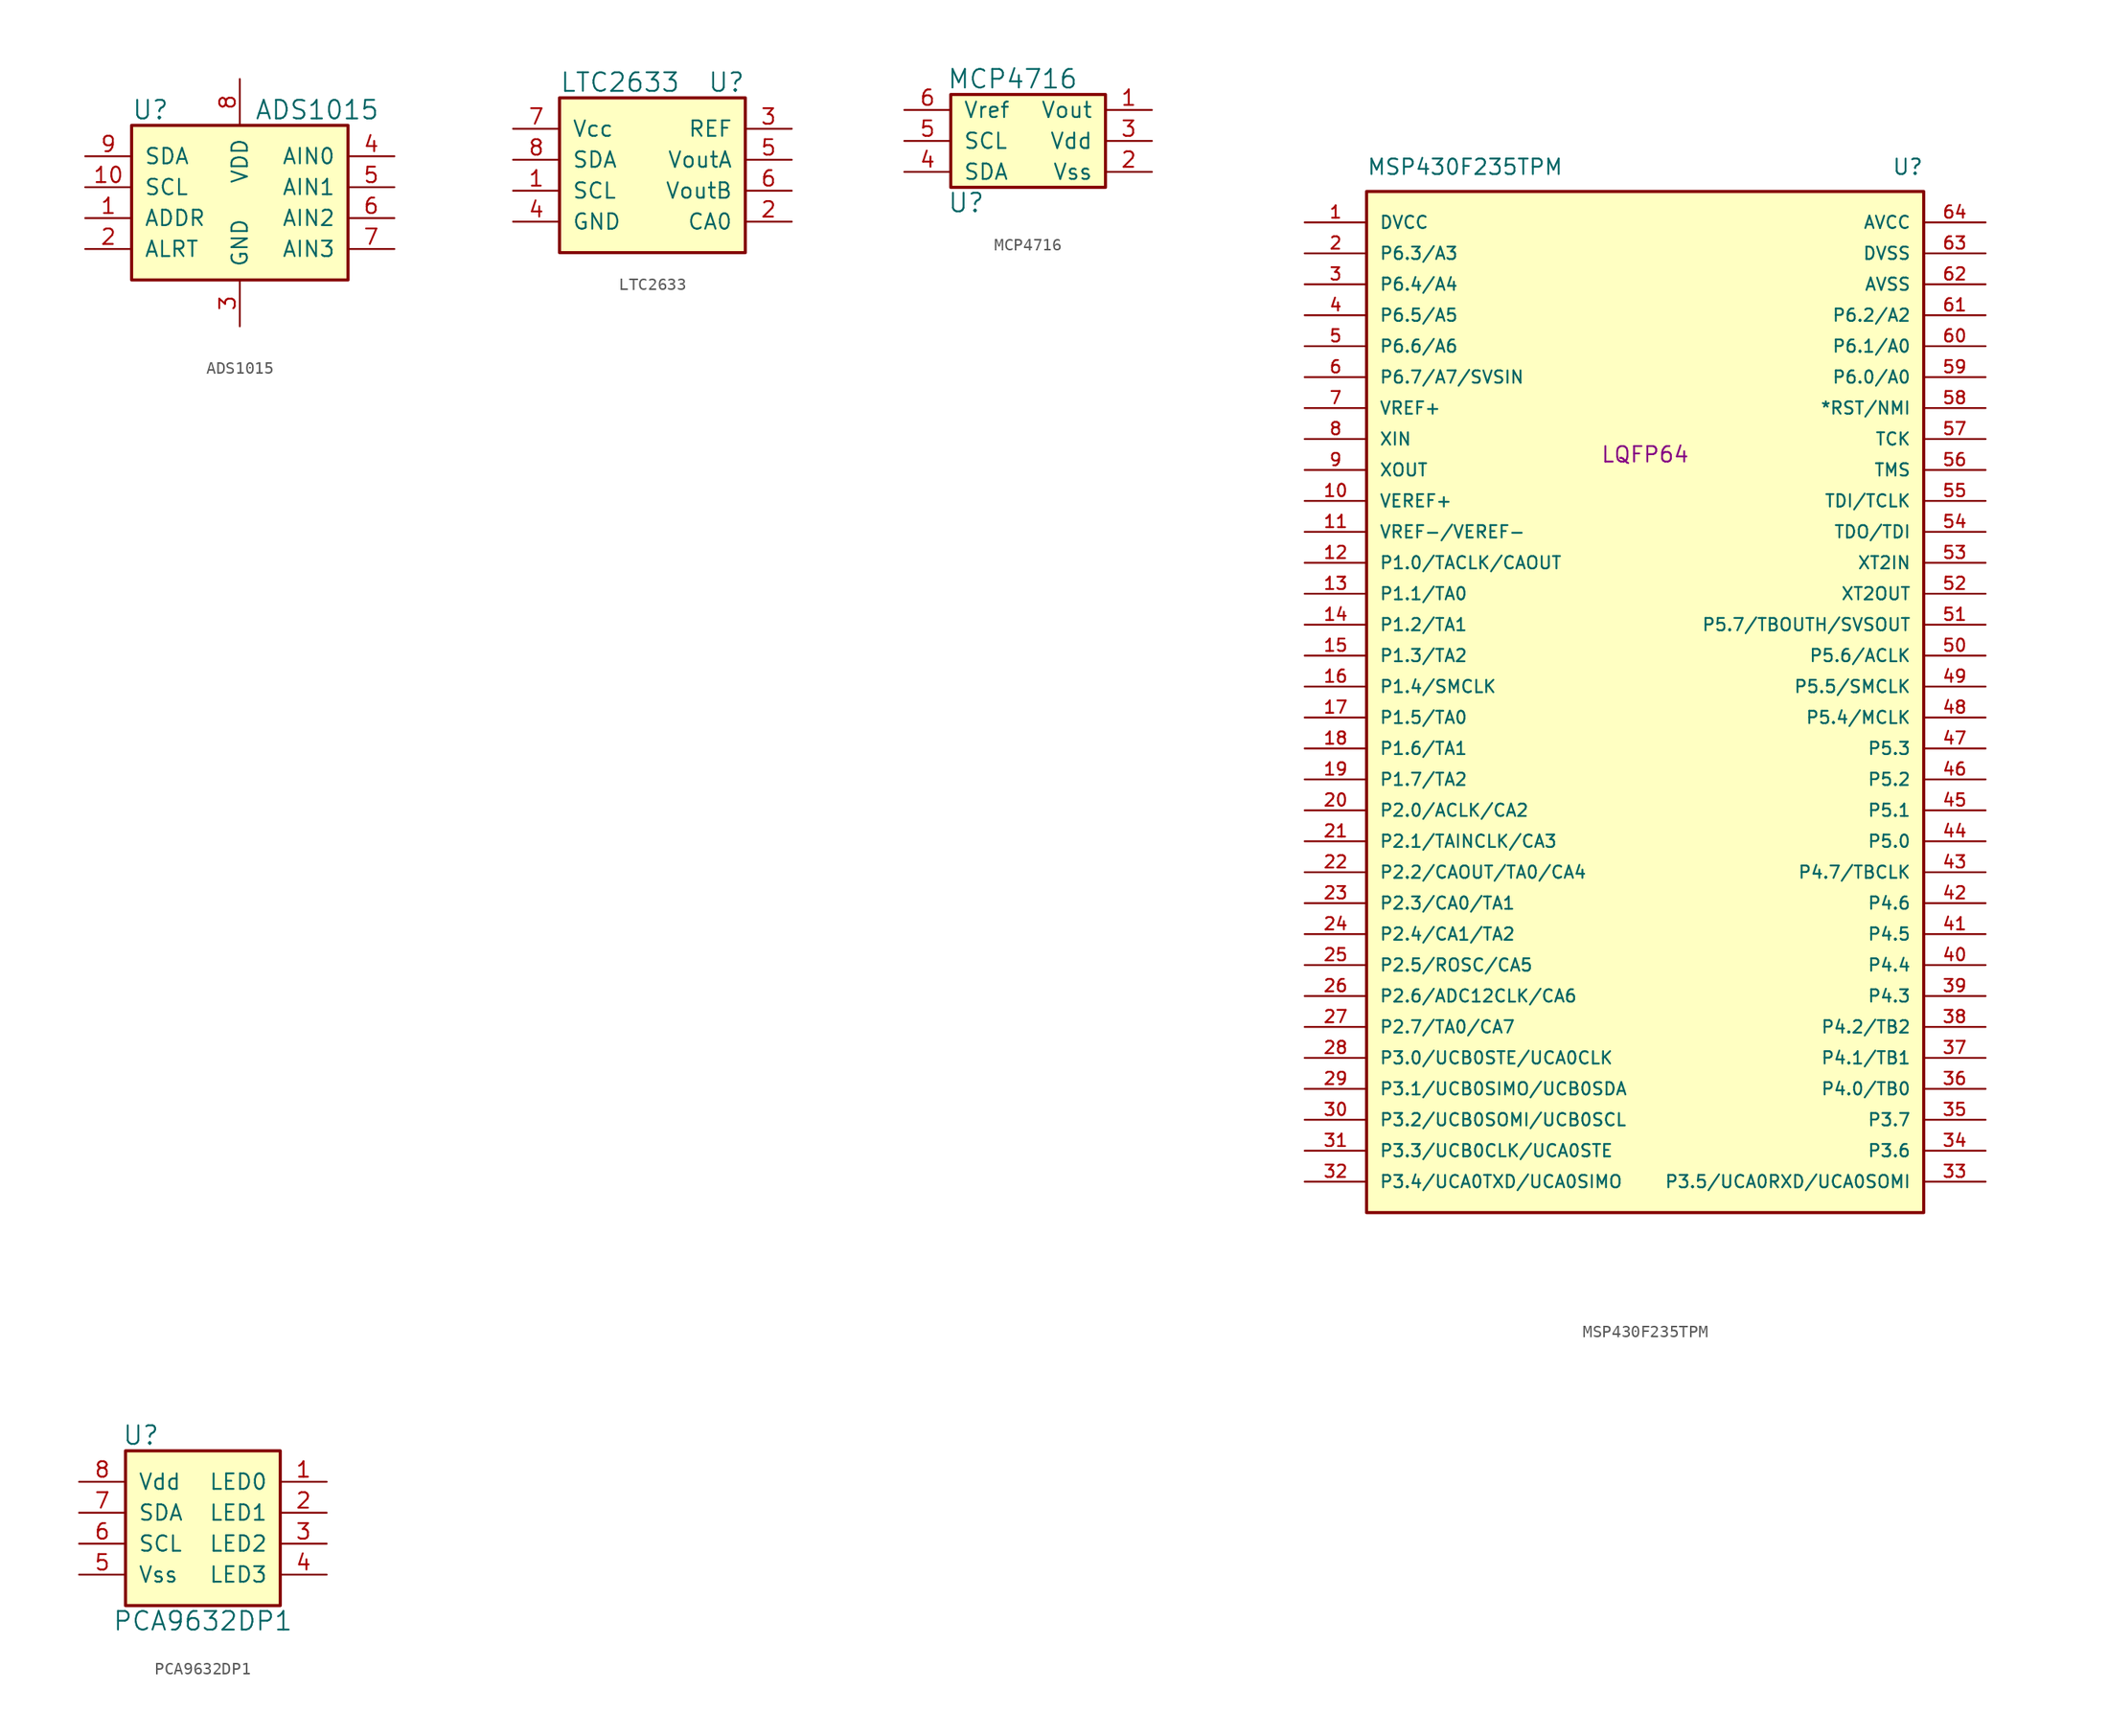
<source format=kicad_sym>
(kicad_symbol_lib
  (version 20211014)
  (generator kicad_symbol_editor)
  (symbol "ADS1015"
    (pin_names
      (offset 1.016))
    (property "Reference" "U"
      (at -8.89 7.62 0)
      (effects (font (size 1.524 1.524)) (justify left)))
    (property "Value" "ADS1015"
      (at 6.35 7.62 0)
      (effects (font (size 1.524 1.524))))
    (property "Footprint" ""
      (at 0 0 0)
      (effects (font (size 1.524 1.524))))
    (property "Datasheet" ""
      (at 0 0 0)
      (effects (font (size 1.524 1.524))))
    (symbol "ADS1015_0_1"
      (rectangle (start -8.89 6.35) (end 8.89 -6.35) (stroke (width 0.254) (type default) (color 0 0 0 0)) (fill (type background))))
    (symbol "ADS1015_1_1"
      (pin input line (at -12.7 -1.27 0) (length 3.81) (name "ADDR" (effects (font (size 1.27 1.27)))) (number "1" (effects (font (size 1.27 1.27)))))
      (pin open_collector line (at -12.7 1.27 0) (length 3.81) (name "SCL" (effects (font (size 1.27 1.27)))) (number "10" (effects (font (size 1.27 1.27)))))
      (pin output line (at -12.7 -3.81 0) (length 3.81) (name "ALRT" (effects (font (size 1.27 1.27)))) (number "2" (effects (font (size 1.27 1.27)))))
      (pin power_in line (at 0 -10.16 90) (length 3.81) (name "GND" (effects (font (size 1.27 1.27)))) (number "3" (effects (font (size 1.27 1.27)))))
      (pin input line (at 12.7 3.81 180) (length 3.81) (name "AIN0" (effects (font (size 1.27 1.27)))) (number "4" (effects (font (size 1.27 1.27)))))
      (pin input line (at 12.7 1.27 180) (length 3.81) (name "AIN1" (effects (font (size 1.27 1.27)))) (number "5" (effects (font (size 1.27 1.27)))))
      (pin input line (at 12.7 -1.27 180) (length 3.81) (name "AIN2" (effects (font (size 1.27 1.27)))) (number "6" (effects (font (size 1.27 1.27)))))
      (pin input line (at 12.7 -3.81 180) (length 3.81) (name "AIN3" (effects (font (size 1.27 1.27)))) (number "7" (effects (font (size 1.27 1.27)))))
      (pin power_in line (at 0 10.16 270) (length 3.81) (name "VDD" (effects (font (size 1.27 1.27)))) (number "8" (effects (font (size 1.27 1.27)))))
      (pin open_collector line (at -12.7 3.81 0) (length 3.81) (name "SDA" (effects (font (size 1.27 1.27)))) (number "9" (effects (font (size 1.27 1.27)))))))
  (symbol "LTC2633"
    (pin_names
      (offset 1.016))
    (property "Reference" "U"
      (at 7.62 7.62 0)
      (effects (font (size 1.524 1.524)) (justify right)))
    (property "Value" "LTC2633"
      (at -7.62 7.62 0)
      (effects (font (size 1.524 1.524)) (justify left)))
    (property "Footprint" ""
      (at 0 0 0)
      (effects (font (size 1.524 1.524))))
    (property "Datasheet" ""
      (at 0 0 0)
      (effects (font (size 1.524 1.524))))
    (symbol "LTC2633_0_1"
      (rectangle (start -7.62 6.35) (end 7.62 -6.35) (stroke (width 0.254) (type default) (color 0 0 0 0)) (fill (type background))))
    (symbol "LTC2633_1_1"
      (pin input line (at -11.43 -1.27 0) (length 3.81) (name "SCL" (effects (font (size 1.27 1.27)))) (number "1" (effects (font (size 1.27 1.27)))))
      (pin input line (at 11.43 -3.81 180) (length 3.81) (name "CA0" (effects (font (size 1.27 1.27)))) (number "2" (effects (font (size 1.27 1.27)))))
      (pin input line (at 11.43 3.81 180) (length 3.81) (name "REF" (effects (font (size 1.27 1.27)))) (number "3" (effects (font (size 1.27 1.27)))))
      (pin power_in line (at -11.43 -3.81 0) (length 3.81) (name "GND" (effects (font (size 1.27 1.27)))) (number "4" (effects (font (size 1.27 1.27)))))
      (pin output line (at 11.43 1.27 180) (length 3.81) (name "VoutA" (effects (font (size 1.27 1.27)))) (number "5" (effects (font (size 1.27 1.27)))))
      (pin output line (at 11.43 -1.27 180) (length 3.81) (name "VoutB" (effects (font (size 1.27 1.27)))) (number "6" (effects (font (size 1.27 1.27)))))
      (pin power_in line (at -11.43 3.81 0) (length 3.81) (name "Vcc" (effects (font (size 1.27 1.27)))) (number "7" (effects (font (size 1.27 1.27)))))
      (pin input line (at -11.43 1.27 0) (length 3.81) (name "SDA" (effects (font (size 1.27 1.27)))) (number "8" (effects (font (size 1.27 1.27)))))))
  (symbol "MCP4716"
    (pin_names
      (offset 1.016))
    (property "Reference" "U"
      (at -5.08 -5.08 0)
      (effects (font (size 1.524 1.524))))
    (property "Value" "MCP4716"
      (at -1.27 5.08 0)
      (effects (font (size 1.524 1.524))))
    (property "Footprint" ""
      (at 0 0 0)
      (effects (font (size 1.524 1.524))))
    (property "Datasheet" ""
      (at 0 0 0)
      (effects (font (size 1.524 1.524))))
    (symbol "MCP4716_0_1"
      (rectangle (start 6.35 -3.81) (end -6.35 3.81) (stroke (width 0.254) (type default) (color 0 0 0 0)) (fill (type background))))
    (symbol "MCP4716_1_1"
      (pin output line (at 10.16 2.54 180) (length 3.81) (name "Vout" (effects (font (size 1.27 1.27)))) (number "1" (effects (font (size 1.27 1.27)))))
      (pin power_in line (at 10.16 -2.54 180) (length 3.81) (name "Vss" (effects (font (size 1.27 1.27)))) (number "2" (effects (font (size 1.27 1.27)))))
      (pin power_in line (at 10.16 0 180) (length 3.81) (name "Vdd" (effects (font (size 1.27 1.27)))) (number "3" (effects (font (size 1.27 1.27)))))
      (pin input line (at -10.16 -2.54 0) (length 3.81) (name "SDA" (effects (font (size 1.27 1.27)))) (number "4" (effects (font (size 1.27 1.27)))))
      (pin input line (at -10.16 0 0) (length 3.81) (name "SCL" (effects (font (size 1.27 1.27)))) (number "5" (effects (font (size 1.27 1.27)))))
      (pin power_in line (at -10.16 2.54 0) (length 3.81) (name "Vref" (effects (font (size 1.27 1.27)))) (number "6" (effects (font (size 1.27 1.27)))))))
  (symbol "MSP430F235TPM"
    (pin_names
      (offset 1.016))
    (property "Reference" "U"
      (at 22.86 43.18 0)
      (effects (font (size 1.27 1.27)) (justify right bottom)))
    (property "Value" "MSP430F235TPM"
      (at -22.86 43.18 0)
      (effects (font (size 1.27 1.27)) (justify left bottom)))
    (property "Footprint" "LQFP64"
      (at 0 20.32 0)
      (effects (font (size 1.27 1.27))))
    (property "Datasheet" ""
      (at -27.94 39.37 0)
      (effects (font (size 1.524 1.524))))
    (symbol "MSP430F235TPM_0_1"
      (rectangle (start -22.86 -41.91) (end 22.86 41.91) (stroke (width 0.254) (type default) (color 0 0 0 0)) (fill (type background))))
    (symbol "MSP430F235TPM_1_1"
      (pin power_in line (at -27.94 39.37 0) (length 5.08) (name "DVCC" (effects (font (size 1.016 1.016)))) (number "1" (effects (font (size 1.016 1.016)))))
      (pin power_in line (at -27.94 16.51 0) (length 5.08) (name "VEREF+" (effects (font (size 1.016 1.016)))) (number "10" (effects (font (size 1.016 1.016)))))
      (pin power_in line (at -27.94 13.97 0) (length 5.08) (name "VREF-/VEREF-" (effects (font (size 1.016 1.016)))) (number "11" (effects (font (size 1.016 1.016)))))
      (pin bidirectional line (at -27.94 11.43 0) (length 5.08) (name "P1.0/TACLK/CAOUT" (effects (font (size 1.016 1.016)))) (number "12" (effects (font (size 1.016 1.016)))))
      (pin bidirectional line (at -27.94 8.89 0) (length 5.08) (name "P1.1/TA0" (effects (font (size 1.016 1.016)))) (number "13" (effects (font (size 1.016 1.016)))))
      (pin bidirectional line (at -27.94 6.35 0) (length 5.08) (name "P1.2/TA1" (effects (font (size 1.016 1.016)))) (number "14" (effects (font (size 1.016 1.016)))))
      (pin bidirectional line (at -27.94 3.81 0) (length 5.08) (name "P1.3/TA2" (effects (font (size 1.016 1.016)))) (number "15" (effects (font (size 1.016 1.016)))))
      (pin bidirectional line (at -27.94 1.27 0) (length 5.08) (name "P1.4/SMCLK" (effects (font (size 1.016 1.016)))) (number "16" (effects (font (size 1.016 1.016)))))
      (pin bidirectional line (at -27.94 -1.27 0) (length 5.08) (name "P1.5/TA0" (effects (font (size 1.016 1.016)))) (number "17" (effects (font (size 1.016 1.016)))))
      (pin bidirectional line (at -27.94 -3.81 0) (length 5.08) (name "P1.6/TA1" (effects (font (size 1.016 1.016)))) (number "18" (effects (font (size 1.016 1.016)))))
      (pin bidirectional line (at -27.94 -6.35 0) (length 5.08) (name "P1.7/TA2" (effects (font (size 1.016 1.016)))) (number "19" (effects (font (size 1.016 1.016)))))
      (pin bidirectional line (at -27.94 36.83 0) (length 5.08) (name "P6.3/A3" (effects (font (size 1.016 1.016)))) (number "2" (effects (font (size 1.016 1.016)))))
      (pin bidirectional line (at -27.94 -8.89 0) (length 5.08) (name "P2.0/ACLK/CA2" (effects (font (size 1.016 1.016)))) (number "20" (effects (font (size 1.016 1.016)))))
      (pin bidirectional line (at -27.94 -11.43 0) (length 5.08) (name "P2.1/TAINCLK/CA3" (effects (font (size 1.016 1.016)))) (number "21" (effects (font (size 1.016 1.016)))))
      (pin bidirectional line (at -27.94 -13.97 0) (length 5.08) (name "P2.2/CAOUT/TA0/CA4" (effects (font (size 1.016 1.016)))) (number "22" (effects (font (size 1.016 1.016)))))
      (pin bidirectional line (at -27.94 -16.51 0) (length 5.08) (name "P2.3/CA0/TA1" (effects (font (size 1.016 1.016)))) (number "23" (effects (font (size 1.016 1.016)))))
      (pin bidirectional line (at -27.94 -19.05 0) (length 5.08) (name "P2.4/CA1/TA2" (effects (font (size 1.016 1.016)))) (number "24" (effects (font (size 1.016 1.016)))))
      (pin bidirectional line (at -27.94 -21.59 0) (length 5.08) (name "P2.5/ROSC/CA5" (effects (font (size 1.016 1.016)))) (number "25" (effects (font (size 1.016 1.016)))))
      (pin bidirectional line (at -27.94 -24.13 0) (length 5.08) (name "P2.6/ADC12CLK/CA6" (effects (font (size 1.016 1.016)))) (number "26" (effects (font (size 1.016 1.016)))))
      (pin bidirectional line (at -27.94 -26.67 0) (length 5.08) (name "P2.7/TA0/CA7" (effects (font (size 1.016 1.016)))) (number "27" (effects (font (size 1.016 1.016)))))
      (pin bidirectional line (at -27.94 -29.21 0) (length 5.08) (name "P3.0/UCB0STE/UCA0CLK" (effects (font (size 1.016 1.016)))) (number "28" (effects (font (size 1.016 1.016)))))
      (pin bidirectional line (at -27.94 -31.75 0) (length 5.08) (name "P3.1/UCB0SIMO/UCB0SDA" (effects (font (size 1.016 1.016)))) (number "29" (effects (font (size 1.016 1.016)))))
      (pin bidirectional line (at -27.94 34.29 0) (length 5.08) (name "P6.4/A4" (effects (font (size 1.016 1.016)))) (number "3" (effects (font (size 1.016 1.016)))))
      (pin bidirectional line (at -27.94 -34.29 0) (length 5.08) (name "P3.2/UCB0SOMI/UCB0SCL" (effects (font (size 1.016 1.016)))) (number "30" (effects (font (size 1.016 1.016)))))
      (pin bidirectional line (at -27.94 -36.83 0) (length 5.08) (name "P3.3/UCB0CLK/UCA0STE" (effects (font (size 1.016 1.016)))) (number "31" (effects (font (size 1.016 1.016)))))
      (pin bidirectional line (at -27.94 -39.37 0) (length 5.08) (name "P3.4/UCA0TXD/UCA0SIMO" (effects (font (size 1.016 1.016)))) (number "32" (effects (font (size 1.016 1.016)))))
      (pin bidirectional line (at 27.94 -39.37 180) (length 5.08) (name "P3.5/UCA0RXD/UCA0SOMI" (effects (font (size 1.016 1.016)))) (number "33" (effects (font (size 1.016 1.016)))))
      (pin bidirectional line (at 27.94 -36.83 180) (length 5.08) (name "P3.6" (effects (font (size 1.016 1.016)))) (number "34" (effects (font (size 1.016 1.016)))))
      (pin bidirectional line (at 27.94 -34.29 180) (length 5.08) (name "P3.7" (effects (font (size 1.016 1.016)))) (number "35" (effects (font (size 1.016 1.016)))))
      (pin bidirectional line (at 27.94 -31.75 180) (length 5.08) (name "P4.0/TB0" (effects (font (size 1.016 1.016)))) (number "36" (effects (font (size 1.016 1.016)))))
      (pin bidirectional line (at 27.94 -29.21 180) (length 5.08) (name "P4.1/TB1" (effects (font (size 1.016 1.016)))) (number "37" (effects (font (size 1.016 1.016)))))
      (pin bidirectional line (at 27.94 -26.67 180) (length 5.08) (name "P4.2/TB2" (effects (font (size 1.016 1.016)))) (number "38" (effects (font (size 1.016 1.016)))))
      (pin bidirectional line (at 27.94 -24.13 180) (length 5.08) (name "P4.3" (effects (font (size 1.016 1.016)))) (number "39" (effects (font (size 1.016 1.016)))))
      (pin bidirectional line (at -27.94 31.75 0) (length 5.08) (name "P6.5/A5" (effects (font (size 1.016 1.016)))) (number "4" (effects (font (size 1.016 1.016)))))
      (pin bidirectional line (at 27.94 -21.59 180) (length 5.08) (name "P4.4" (effects (font (size 1.016 1.016)))) (number "40" (effects (font (size 1.016 1.016)))))
      (pin bidirectional line (at 27.94 -19.05 180) (length 5.08) (name "P4.5" (effects (font (size 1.016 1.016)))) (number "41" (effects (font (size 1.016 1.016)))))
      (pin bidirectional line (at 27.94 -16.51 180) (length 5.08) (name "P4.6" (effects (font (size 1.016 1.016)))) (number "42" (effects (font (size 1.016 1.016)))))
      (pin bidirectional line (at 27.94 -13.97 180) (length 5.08) (name "P4.7/TBCLK" (effects (font (size 1.016 1.016)))) (number "43" (effects (font (size 1.016 1.016)))))
      (pin bidirectional line (at 27.94 -11.43 180) (length 5.08) (name "P5.0" (effects (font (size 1.016 1.016)))) (number "44" (effects (font (size 1.016 1.016)))))
      (pin bidirectional line (at 27.94 -8.89 180) (length 5.08) (name "P5.1" (effects (font (size 1.016 1.016)))) (number "45" (effects (font (size 1.016 1.016)))))
      (pin bidirectional line (at 27.94 -6.35 180) (length 5.08) (name "P5.2" (effects (font (size 1.016 1.016)))) (number "46" (effects (font (size 1.016 1.016)))))
      (pin bidirectional line (at 27.94 -3.81 180) (length 5.08) (name "P5.3" (effects (font (size 1.016 1.016)))) (number "47" (effects (font (size 1.016 1.016)))))
      (pin bidirectional line (at 27.94 -1.27 180) (length 5.08) (name "P5.4/MCLK" (effects (font (size 1.016 1.016)))) (number "48" (effects (font (size 1.016 1.016)))))
      (pin bidirectional line (at 27.94 1.27 180) (length 5.08) (name "P5.5/SMCLK" (effects (font (size 1.016 1.016)))) (number "49" (effects (font (size 1.016 1.016)))))
      (pin bidirectional line (at -27.94 29.21 0) (length 5.08) (name "P6.6/A6" (effects (font (size 1.016 1.016)))) (number "5" (effects (font (size 1.016 1.016)))))
      (pin bidirectional line (at 27.94 3.81 180) (length 5.08) (name "P5.6/ACLK" (effects (font (size 1.016 1.016)))) (number "50" (effects (font (size 1.016 1.016)))))
      (pin bidirectional line (at 27.94 6.35 180) (length 5.08) (name "P5.7/TBOUTH/SVSOUT" (effects (font (size 1.016 1.016)))) (number "51" (effects (font (size 1.016 1.016)))))
      (pin output line (at 27.94 8.89 180) (length 5.08) (name "XT2OUT" (effects (font (size 1.016 1.016)))) (number "52" (effects (font (size 1.016 1.016)))))
      (pin input line (at 27.94 11.43 180) (length 5.08) (name "XT2IN" (effects (font (size 1.016 1.016)))) (number "53" (effects (font (size 1.016 1.016)))))
      (pin bidirectional line (at 27.94 13.97 180) (length 5.08) (name "TDO/TDI" (effects (font (size 1.016 1.016)))) (number "54" (effects (font (size 1.016 1.016)))))
      (pin bidirectional line (at 27.94 16.51 180) (length 5.08) (name "TDI/TCLK" (effects (font (size 1.016 1.016)))) (number "55" (effects (font (size 1.016 1.016)))))
      (pin input line (at 27.94 19.05 180) (length 5.08) (name "TMS" (effects (font (size 1.016 1.016)))) (number "56" (effects (font (size 1.016 1.016)))))
      (pin input line (at 27.94 21.59 180) (length 5.08) (name "TCK" (effects (font (size 1.016 1.016)))) (number "57" (effects (font (size 1.016 1.016)))))
      (pin bidirectional line (at 27.94 24.13 180) (length 5.08) (name "*RST/NMI" (effects (font (size 1.016 1.016)))) (number "58" (effects (font (size 1.016 1.016)))))
      (pin bidirectional line (at 27.94 26.67 180) (length 5.08) (name "P6.0/A0" (effects (font (size 1.016 1.016)))) (number "59" (effects (font (size 1.016 1.016)))))
      (pin bidirectional line (at -27.94 26.67 0) (length 5.08) (name "P6.7/A7/SVSIN" (effects (font (size 1.016 1.016)))) (number "6" (effects (font (size 1.016 1.016)))))
      (pin bidirectional line (at 27.94 29.21 180) (length 5.08) (name "P6.1/A0" (effects (font (size 1.016 1.016)))) (number "60" (effects (font (size 1.016 1.016)))))
      (pin bidirectional line (at 27.94 31.75 180) (length 5.08) (name "P6.2/A2" (effects (font (size 1.016 1.016)))) (number "61" (effects (font (size 1.016 1.016)))))
      (pin power_in line (at 27.94 34.29 180) (length 5.08) (name "AVSS" (effects (font (size 1.016 1.016)))) (number "62" (effects (font (size 1.016 1.016)))))
      (pin power_in line (at 27.94 36.83 180) (length 5.08) (name "DVSS" (effects (font (size 1.016 1.016)))) (number "63" (effects (font (size 1.016 1.016)))))
      (pin power_in line (at 27.94 39.37 180) (length 5.08) (name "AVCC" (effects (font (size 1.016 1.016)))) (number "64" (effects (font (size 1.016 1.016)))))
      (pin power_in line (at -27.94 24.13 0) (length 5.08) (name "VREF+" (effects (font (size 1.016 1.016)))) (number "7" (effects (font (size 1.016 1.016)))))
      (pin input line (at -27.94 21.59 0) (length 5.08) (name "XIN" (effects (font (size 1.016 1.016)))) (number "8" (effects (font (size 1.016 1.016)))))
      (pin output line (at -27.94 19.05 0) (length 5.08) (name "XOUT" (effects (font (size 1.016 1.016)))) (number "9" (effects (font (size 1.016 1.016)))))))
  (symbol "PCA9632DP1"
    (pin_names
      (offset 1.016))
    (property "Reference" "U"
      (at -5.08 7.62 0)
      (effects (font (size 1.524 1.524))))
    (property "Value" "PCA9632DP1"
      (at 0 -7.62 0)
      (effects (font (size 1.524 1.524))))
    (property "Footprint" ""
      (at 1.27 0 0)
      (effects (font (size 1.524 1.524))))
    (property "Datasheet" ""
      (at 1.27 0 0)
      (effects (font (size 1.524 1.524))))
    (symbol "PCA9632DP1_0_0"
      (rectangle (start -6.35 6.35) (end 6.35 -6.35) (stroke (width 0.254) (type default) (color 0 0 0 0)) (fill (type background))))
    (symbol "PCA9632DP1_1_1"
      (pin input line (at 10.16 3.81 180) (length 3.81) (name "LED0" (effects (font (size 1.27 1.27)))) (number "1" (effects (font (size 1.27 1.27)))))
      (pin input line (at 10.16 1.27 180) (length 3.81) (name "LED1" (effects (font (size 1.27 1.27)))) (number "2" (effects (font (size 1.27 1.27)))))
      (pin input line (at 10.16 -1.27 180) (length 3.81) (name "LED2" (effects (font (size 1.27 1.27)))) (number "3" (effects (font (size 1.27 1.27)))))
      (pin input line (at 10.16 -3.81 180) (length 3.81) (name "LED3" (effects (font (size 1.27 1.27)))) (number "4" (effects (font (size 1.27 1.27)))))
      (pin input line (at -10.16 -3.81 0) (length 3.81) (name "Vss" (effects (font (size 1.27 1.27)))) (number "5" (effects (font (size 1.27 1.27)))))
      (pin input line (at -10.16 -1.27 0) (length 3.81) (name "SCL" (effects (font (size 1.27 1.27)))) (number "6" (effects (font (size 1.27 1.27)))))
      (pin input line (at -10.16 1.27 0) (length 3.81) (name "SDA" (effects (font (size 1.27 1.27)))) (number "7" (effects (font (size 1.27 1.27)))))
      (pin input line (at -10.16 3.81 0) (length 3.81) (name "Vdd" (effects (font (size 1.27 1.27)))) (number "8" (effects (font (size 1.27 1.27))))))))
</source>
